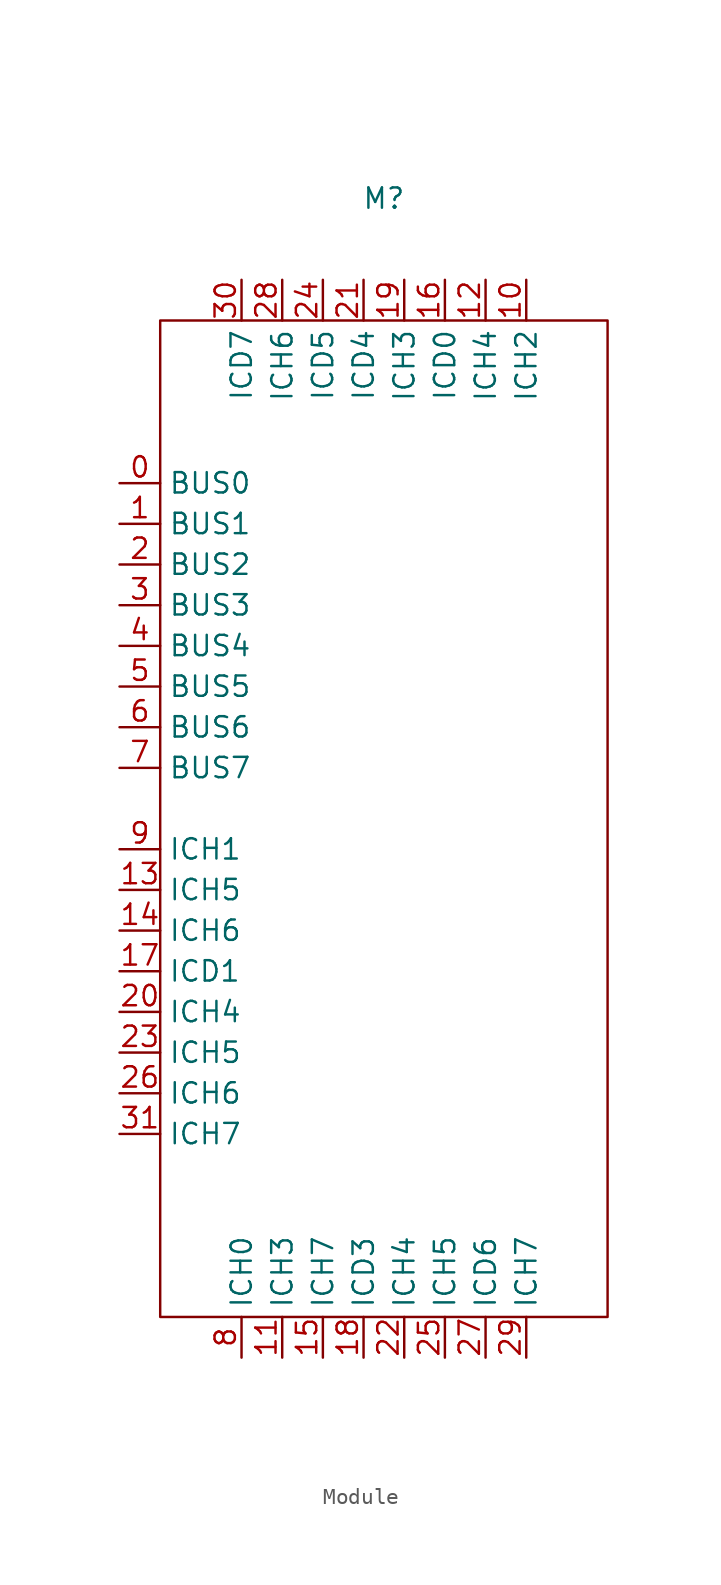
<source format=kicad_sym>
(kicad_symbol_lib
  (version 20220914)
  (generator kicad_symbol_editor)
  (symbol "Module"
    (property "Reference" "M"
      (at 0 21.59 0)
      (effects (font (size 1.27 1.27))))
    (property "Value" ""
      (at 0 0 0)
      (effects (font (size 1.27 1.27))))
    (symbol "Module_0_1"
      (rectangle (start -13.97 13.97) (end 13.97 -48.26) (stroke (width 0) (type default)) (fill (type none))))
    (symbol "Module_1_0"
      (pin bidirectional line (at -16.51 -26.67 0) (length 2.54) (name "ICD1" (effects (font (size 1.27 1.27)))) (number "17" (effects (font (size 1.27 1.27)))))
      (pin bidirectional line (at -1.27 -50.8 90) (length 2.54) (name "ICD3" (effects (font (size 1.27 1.27)))) (number "18" (effects (font (size 1.27 1.27)))))
      (pin bidirectional line (at 1.27 16.51 270) (length 2.54) (name "ICH3" (effects (font (size 1.27 1.27)))) (number "19" (effects (font (size 1.27 1.27)))))
      (pin bidirectional line (at -16.51 -29.21 0) (length 2.54) (name "ICH4" (effects (font (size 1.27 1.27)))) (number "20" (effects (font (size 1.27 1.27)))))
      (pin bidirectional line (at -1.27 16.51 270) (length 2.54) (name "ICD4" (effects (font (size 1.27 1.27)))) (number "21" (effects (font (size 1.27 1.27)))))
      (pin bidirectional line (at 1.27 -50.8 90) (length 2.54) (name "ICH4" (effects (font (size 1.27 1.27)))) (number "22" (effects (font (size 1.27 1.27)))))
      (pin bidirectional line (at -16.51 -31.75 0) (length 2.54) (name "ICH5" (effects (font (size 1.27 1.27)))) (number "23" (effects (font (size 1.27 1.27)))))
      (pin bidirectional line (at -3.81 16.51 270) (length 2.54) (name "ICD5" (effects (font (size 1.27 1.27)))) (number "24" (effects (font (size 1.27 1.27)))))
      (pin bidirectional line (at 3.81 -50.8 90) (length 2.54) (name "ICH5" (effects (font (size 1.27 1.27)))) (number "25" (effects (font (size 1.27 1.27)))))
      (pin bidirectional line (at -16.51 -34.29 0) (length 2.54) (name "ICH6" (effects (font (size 1.27 1.27)))) (number "26" (effects (font (size 1.27 1.27)))))
      (pin bidirectional line (at 6.35 -50.8 90) (length 2.54) (name "ICD6" (effects (font (size 1.27 1.27)))) (number "27" (effects (font (size 1.27 1.27)))))
      (pin bidirectional line (at -6.35 16.51 270) (length 2.54) (name "ICH6" (effects (font (size 1.27 1.27)))) (number "28" (effects (font (size 1.27 1.27)))))
      (pin bidirectional line (at 8.89 -50.8 90) (length 2.54) (name "ICH7" (effects (font (size 1.27 1.27)))) (number "29" (effects (font (size 1.27 1.27)))))
      (pin bidirectional line (at -8.89 16.51 270) (length 2.54) (name "ICD7" (effects (font (size 1.27 1.27)))) (number "30" (effects (font (size 1.27 1.27)))))
      (pin bidirectional line (at -16.51 -36.83 0) (length 2.54) (name "ICH7" (effects (font (size 1.27 1.27)))) (number "31" (effects (font (size 1.27 1.27))))))
    (symbol "Module_1_1"
      (pin bidirectional line (at -16.51 3.81 0) (length 2.54) (name "BUS0" (effects (font (size 1.27 1.27)))) (number "0" (effects (font (size 1.27 1.27)))))
      (pin bidirectional line (at -16.51 1.27 0) (length 2.54) (name "BUS1" (effects (font (size 1.27 1.27)))) (number "1" (effects (font (size 1.27 1.27)))))
      (pin bidirectional line (at 8.89 16.51 270) (length 2.54) (name "ICH2" (effects (font (size 1.27 1.27)))) (number "10" (effects (font (size 1.27 1.27)))))
      (pin bidirectional line (at -6.35 -50.8 90) (length 2.54) (name "ICH3" (effects (font (size 1.27 1.27)))) (number "11" (effects (font (size 1.27 1.27)))))
      (pin bidirectional line (at 6.35 16.51 270) (length 2.54) (name "ICH4" (effects (font (size 1.27 1.27)))) (number "12" (effects (font (size 1.27 1.27)))))
      (pin bidirectional line (at -16.51 -21.59 0) (length 2.54) (name "ICH5" (effects (font (size 1.27 1.27)))) (number "13" (effects (font (size 1.27 1.27)))))
      (pin bidirectional line (at -16.51 -24.13 0) (length 2.54) (name "ICH6" (effects (font (size 1.27 1.27)))) (number "14" (effects (font (size 1.27 1.27)))))
      (pin bidirectional line (at -3.81 -50.8 90) (length 2.54) (name "ICH7" (effects (font (size 1.27 1.27)))) (number "15" (effects (font (size 1.27 1.27)))))
      (pin bidirectional line (at 3.81 16.51 270) (length 2.54) (name "ICD0" (effects (font (size 1.27 1.27)))) (number "16" (effects (font (size 1.27 1.27)))))
      (pin bidirectional line (at -16.51 -1.27 0) (length 2.54) (name "BUS2" (effects (font (size 1.27 1.27)))) (number "2" (effects (font (size 1.27 1.27)))))
      (pin bidirectional line (at -16.51 -3.81 0) (length 2.54) (name "BUS3" (effects (font (size 1.27 1.27)))) (number "3" (effects (font (size 1.27 1.27)))))
      (pin bidirectional line (at -16.51 -6.35 0) (length 2.54) (name "BUS4" (effects (font (size 1.27 1.27)))) (number "4" (effects (font (size 1.27 1.27)))))
      (pin bidirectional line (at -16.51 -8.89 0) (length 2.54) (name "BUS5" (effects (font (size 1.27 1.27)))) (number "5" (effects (font (size 1.27 1.27)))))
      (pin bidirectional line (at -16.51 -11.43 0) (length 2.54) (name "BUS6" (effects (font (size 1.27 1.27)))) (number "6" (effects (font (size 1.27 1.27)))))
      (pin bidirectional line (at -16.51 -13.97 0) (length 2.54) (name "BUS7" (effects (font (size 1.27 1.27)))) (number "7" (effects (font (size 1.27 1.27)))))
      (pin bidirectional line (at -8.89 -50.8 90) (length 2.54) (name "ICH0" (effects (font (size 1.27 1.27)))) (number "8" (effects (font (size 1.27 1.27)))))
      (pin bidirectional line (at -16.51 -19.05 0) (length 2.54) (name "ICH1" (effects (font (size 1.27 1.27)))) (number "9" (effects (font (size 1.27 1.27))))))))
</source>
